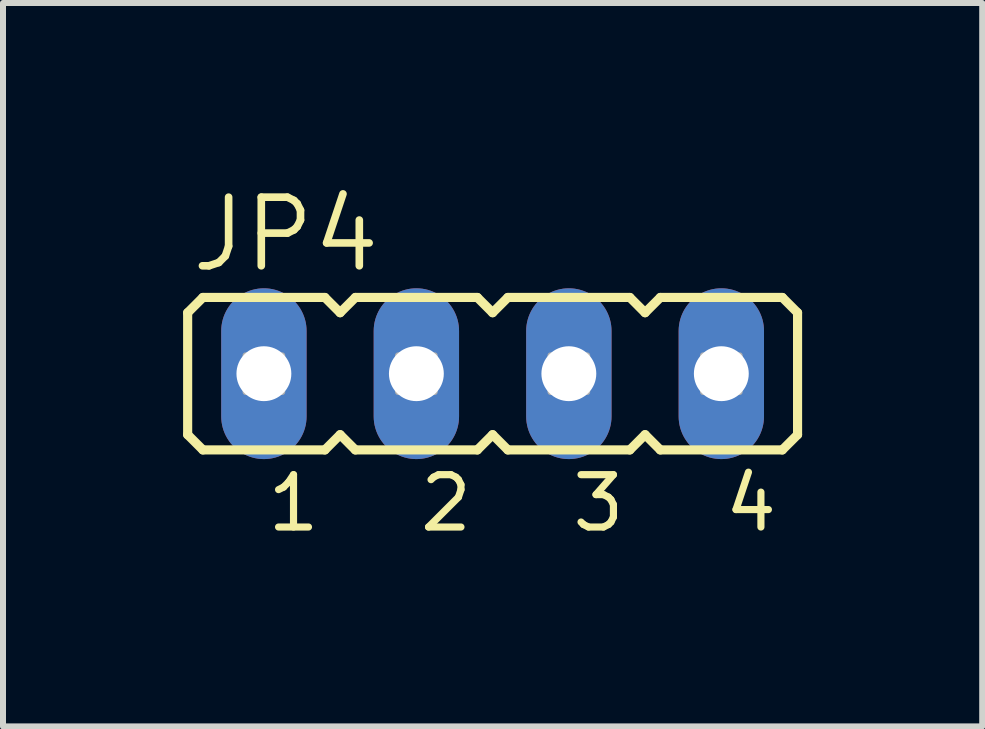
<source format=kicad_pcb>
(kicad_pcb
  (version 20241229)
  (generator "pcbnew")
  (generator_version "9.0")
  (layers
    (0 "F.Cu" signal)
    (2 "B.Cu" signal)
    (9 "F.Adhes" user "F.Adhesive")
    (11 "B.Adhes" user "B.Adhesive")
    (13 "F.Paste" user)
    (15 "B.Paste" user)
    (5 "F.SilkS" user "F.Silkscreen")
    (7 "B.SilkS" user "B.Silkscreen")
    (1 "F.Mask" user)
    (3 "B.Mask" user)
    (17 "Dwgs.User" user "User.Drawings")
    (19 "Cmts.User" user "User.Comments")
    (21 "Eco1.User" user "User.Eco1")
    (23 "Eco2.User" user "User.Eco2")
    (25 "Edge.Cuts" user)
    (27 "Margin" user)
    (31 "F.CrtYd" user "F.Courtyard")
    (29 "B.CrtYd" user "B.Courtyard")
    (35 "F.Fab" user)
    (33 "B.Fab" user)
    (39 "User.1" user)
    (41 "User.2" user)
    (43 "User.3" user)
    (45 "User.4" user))
  (footprint "JP4"
    (layer "F.Cu")
    (at 5.156 3.175)
    (property "Reference" "JP4" (at -5.08 -1.651 0) (layer "F.SilkS") (effects (font (size 1.143 1.143) (thickness 0.127)) (justify left bottom)))
    (fp_line (start -5.08 -1.016) (end -4.826 -1.27) (stroke (width 0.152) (type solid)) (layer "F.SilkS"))
    (fp_line (start -5.08 1.016) (end -5.08 -1.016) (stroke (width 0.152) (type solid)) (layer "F.SilkS"))
    (fp_line (start -5.08 1.016) (end -4.826 1.27) (stroke (width 0.152) (type solid)) (layer "F.SilkS"))
    (fp_line (start -2.794 -1.27) (end -4.826 -1.27) (stroke (width 0.152) (type solid)) (layer "F.SilkS"))
    (fp_line (start -2.794 -1.27) (end -2.54 -1.016) (stroke (width 0.152) (type solid)) (layer "F.SilkS"))
    (fp_line (start -2.794 1.27) (end -4.826 1.27) (stroke (width 0.152) (type solid)) (layer "F.SilkS"))
    (fp_line (start -2.794 1.27) (end -2.54 1.016) (stroke (width 0.152) (type solid)) (layer "F.SilkS"))
    (fp_line (start -2.54 -1.016) (end -2.286 -1.27) (stroke (width 0.152) (type solid)) (layer "F.SilkS"))
    (fp_line (start -2.54 1.016) (end -2.286 1.27) (stroke (width 0.152) (type solid)) (layer "F.SilkS"))
    (fp_line (start -0.254 -1.27) (end -2.286 -1.27) (stroke (width 0.152) (type solid)) (layer "F.SilkS"))
    (fp_line (start -0.254 -1.27) (end 0 -1.016) (stroke (width 0.152) (type solid)) (layer "F.SilkS"))
    (fp_line (start -0.254 1.27) (end -2.286 1.27) (stroke (width 0.152) (type solid)) (layer "F.SilkS"))
    (fp_line (start -0.254 1.27) (end 0 1.016) (stroke (width 0.152) (type solid)) (layer "F.SilkS"))
    (fp_line (start 0 -1.016) (end 0.254 -1.27) (stroke (width 0.152) (type solid)) (layer "F.SilkS"))
    (fp_line (start 0 1.016) (end 0.254 1.27) (stroke (width 0.152) (type solid)) (layer "F.SilkS"))
    (fp_line (start 2.286 -1.27) (end 0.254 -1.27) (stroke (width 0.152) (type solid)) (layer "F.SilkS"))
    (fp_line (start 2.286 -1.27) (end 2.54 -1.016) (stroke (width 0.152) (type solid)) (layer "F.SilkS"))
    (fp_line (start 2.286 1.27) (end 0.254 1.27) (stroke (width 0.152) (type solid)) (layer "F.SilkS"))
    (fp_line (start 2.286 1.27) (end 2.54 1.016) (stroke (width 0.152) (type solid)) (layer "F.SilkS"))
    (fp_line (start 2.54 -1.016) (end 2.794 -1.27) (stroke (width 0.152) (type solid)) (layer "F.SilkS"))
    (fp_line (start 2.54 1.016) (end 2.794 1.27) (stroke (width 0.152) (type solid)) (layer "F.SilkS"))
    (fp_line (start 4.826 -1.27) (end 2.794 -1.27) (stroke (width 0.152) (type solid)) (layer "F.SilkS"))
    (fp_line (start 4.826 -1.27) (end 5.08 -1.016) (stroke (width 0.152) (type solid)) (layer "F.SilkS"))
    (fp_line (start 4.826 1.27) (end 2.794 1.27) (stroke (width 0.152) (type solid)) (layer "F.SilkS"))
    (fp_line (start 4.826 1.27) (end 5.08 1.016) (stroke (width 0.152) (type solid)) (layer "F.SilkS"))
    (fp_line (start 5.08 -1.016) (end 5.08 1.016) (stroke (width 0.152) (type solid)) (layer "F.SilkS"))
    (fp_poly (pts (xy -4.115 0.305) (xy -3.505 0.305) (xy -3.505 -0.305) (xy -4.115 -0.305)) (stroke (width 0.1) (type solid)) (fill no) (layer "F.Fab"))
    (fp_poly (pts (xy -1.575 0.305) (xy -0.965 0.305) (xy -0.965 -0.305) (xy -1.575 -0.305)) (stroke (width 0.1) (type solid)) (fill no) (layer "F.Fab"))
    (fp_poly (pts (xy 0.965 0.305) (xy 1.575 0.305) (xy 1.575 -0.305) (xy 0.965 -0.305)) (stroke (width 0.1) (type solid)) (fill no) (layer "F.Fab"))
    (fp_poly (pts (xy 3.505 0.305) (xy 4.115 0.305) (xy 4.115 -0.305) (xy 3.505 -0.305)) (stroke (width 0.1) (type solid)) (fill no) (layer "F.Fab"))
    (fp_text user "1" (at -3.81 2.667 0) (layer "F.SilkS") (effects (font (size 0.872 0.872) (thickness 0.119)) (justify left bottom)))
    (fp_text user "2" (at -1.27 2.667 0) (layer "F.SilkS") (effects (font (size 0.872 0.872) (thickness 0.119)) (justify left bottom)))
    (fp_text user "4" (at 3.81 2.667 0) (layer "F.SilkS") (effects (font (size 0.872 0.872) (thickness 0.119)) (justify left bottom)))
    (fp_text user "3" (at 1.27 2.667 0) (layer "F.SilkS") (effects (font (size 0.872 0.872) (thickness 0.119)) (justify left bottom)))
    (pad "1" thru_hole oval (at -3.81 0 90) (size 2.845 1.422) (drill 0.914) (layers "*.Cu" "*.Mask"))
    (pad "2" thru_hole oval (at -1.27 0 90) (size 2.845 1.422) (drill 0.914) (layers "*.Cu" "*.Mask"))
    (pad "3" thru_hole oval (at 1.27 0 90) (size 2.845 1.422) (drill 0.914) (layers "*.Cu" "*.Mask"))
    (pad "4" thru_hole oval (at 3.81 0 90) (size 2.845 1.422) (drill 0.914) (layers "*.Cu" "*.Mask")))
  (gr_rect
    (start -3 -3)
    (end 13.312 9.051)
    (stroke (width 0.1) (type default))
    (fill no)
    (layer "Edge.Cuts")))
</source>
